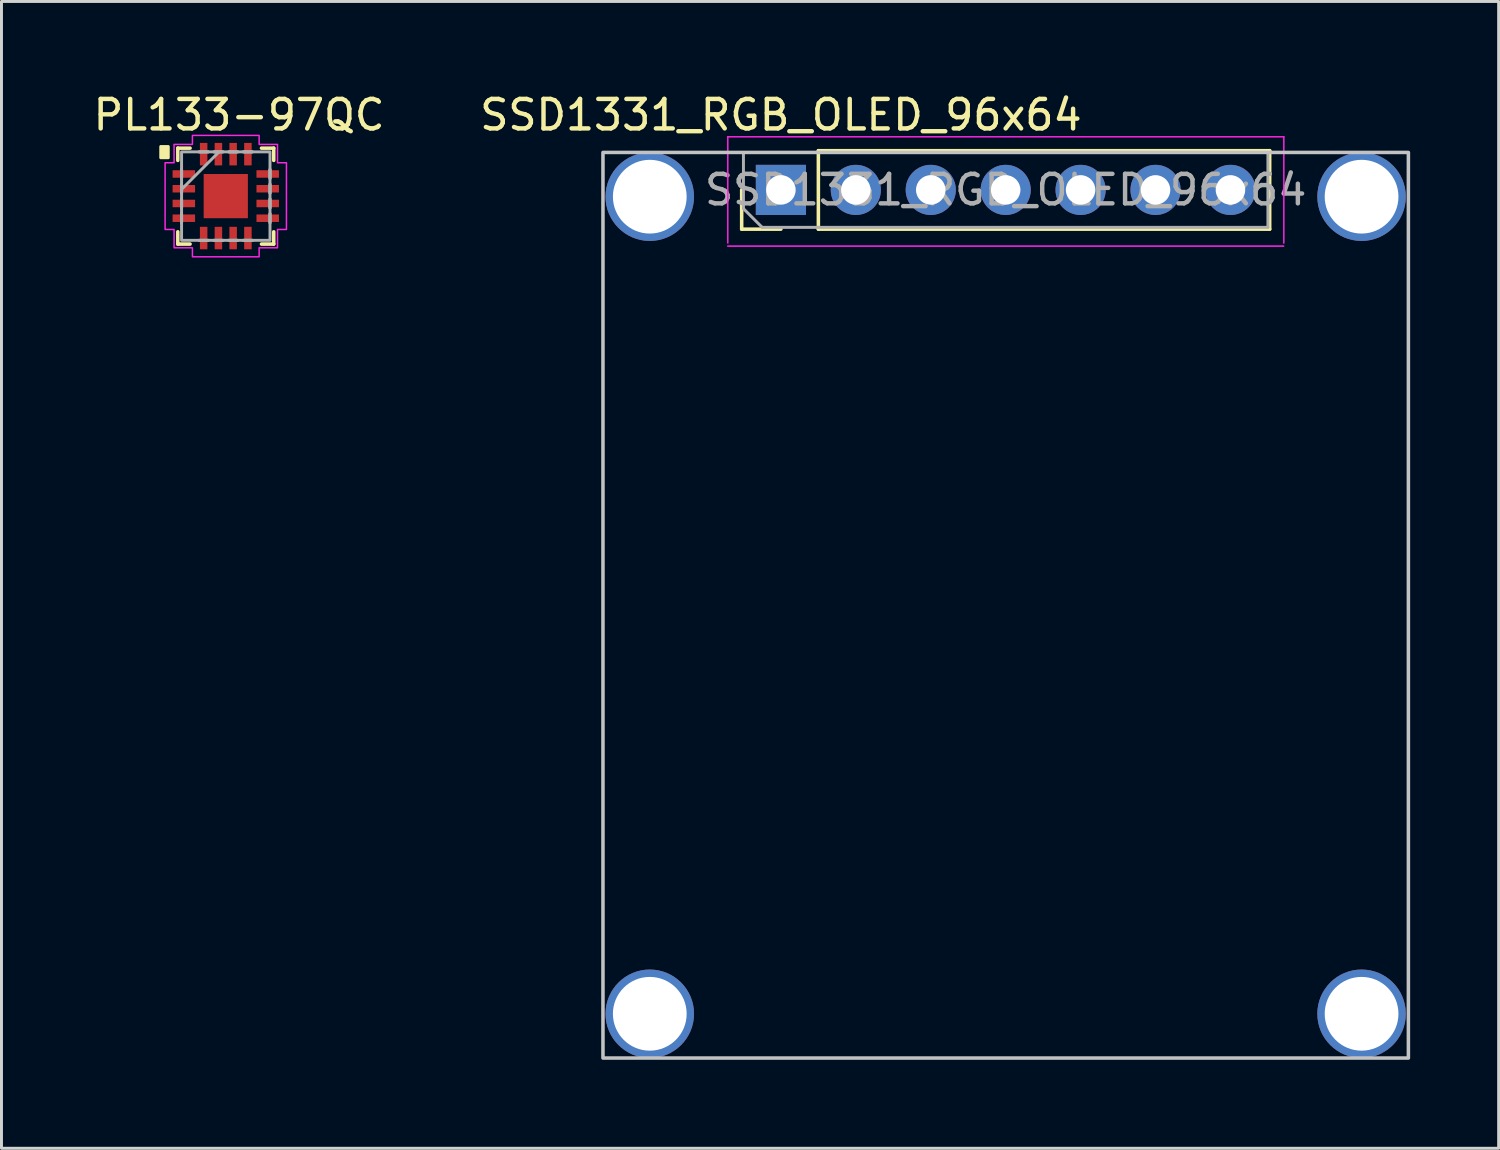
<source format=kicad_pcb>
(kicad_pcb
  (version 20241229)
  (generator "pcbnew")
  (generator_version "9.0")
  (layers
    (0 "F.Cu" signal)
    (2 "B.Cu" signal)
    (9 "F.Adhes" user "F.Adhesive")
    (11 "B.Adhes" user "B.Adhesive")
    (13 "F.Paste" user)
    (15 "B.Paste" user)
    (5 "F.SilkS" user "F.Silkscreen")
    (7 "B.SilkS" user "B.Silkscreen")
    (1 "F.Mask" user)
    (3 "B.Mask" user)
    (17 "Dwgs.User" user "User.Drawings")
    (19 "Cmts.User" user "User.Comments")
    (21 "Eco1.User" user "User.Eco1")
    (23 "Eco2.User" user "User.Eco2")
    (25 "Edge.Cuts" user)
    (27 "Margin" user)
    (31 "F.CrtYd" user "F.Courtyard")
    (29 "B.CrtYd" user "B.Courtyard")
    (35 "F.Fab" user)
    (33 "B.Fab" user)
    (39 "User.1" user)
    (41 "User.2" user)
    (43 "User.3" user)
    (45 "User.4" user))
  (footprint "PL133-97QC"
    (layer "F.Cu")
    (at 4.604 3.598)
    (property "Reference" "PL133-97QC" (at 0.45 -2.75 0) (layer "F.SilkS") (effects (font (size 1 1) (thickness 0.15))))
    (attr through_hole)
    (fp_line (start -1.626 -1.626) (end -1.626 -1.21) (stroke (width 0.12) (type solid)) (layer "F.SilkS"))
    (fp_line (start -1.626 1.21) (end -1.626 1.626) (stroke (width 0.12) (type solid)) (layer "F.SilkS"))
    (fp_line (start -1.626 1.626) (end -1.21 1.626) (stroke (width 0.12) (type solid)) (layer "F.SilkS"))
    (fp_line (start -1.21 -1.626) (end -1.626 -1.626) (stroke (width 0.12) (type solid)) (layer "F.SilkS"))
    (fp_line (start 1.21 1.626) (end 1.626 1.626) (stroke (width 0.12) (type solid)) (layer "F.SilkS"))
    (fp_line (start 1.626 -1.626) (end 1.21 -1.626) (stroke (width 0.12) (type solid)) (layer "F.SilkS"))
    (fp_line (start 1.626 -1.21) (end 1.626 -1.626) (stroke (width 0.12) (type solid)) (layer "F.SilkS"))
    (fp_line (start 1.626 1.626) (end 1.626 1.21) (stroke (width 0.12) (type solid)) (layer "F.SilkS"))
    (fp_poly (pts (xy -1.95 -1.681) (xy -1.95 -1.3) (xy -2.204 -1.3) (xy -2.204 -1.681)) (stroke (width 0.1) (type solid)) (fill yes) (layer "F.SilkS"))
    (fp_poly (pts (xy 1.131 -1.753) (xy 1.753 -1.753) (xy 1.753 -1.131) (xy 2.057 -1.131) (xy 2.057 1.131) (xy 1.753 1.131) (xy 1.753 1.753) (xy 1.131 1.753) (xy 1.131 2.057) (xy -1.131 2.057) (xy -1.131 1.753) (xy -1.753 1.753) (xy -1.753 1.131) (xy -2.057 1.131) (xy -2.057 -1.131) (xy -1.753 -1.131) (xy -1.753 -1.753) (xy -1.131 -1.753) (xy -1.131 -2.057) (xy 1.131 -2.057)) (stroke (width 0.05) (type solid)) (fill no) (layer "F.CrtYd"))
    (fp_line (start -1.499 -0.902) (end -1.499 -0.598) (stroke (width 0.1) (type solid)) (layer "F.Fab"))
    (fp_line (start -1.499 -0.598) (end -1.499 -0.902) (stroke (width 0.1) (type solid)) (layer "F.Fab"))
    (fp_line (start -1.499 -0.402) (end -1.499 -0.098) (stroke (width 0.1) (type solid)) (layer "F.Fab"))
    (fp_line (start -1.499 -0.229) (end -0.229 -1.499) (stroke (width 0.1) (type solid)) (layer "F.Fab"))
    (fp_line (start -1.499 -0.098) (end -1.499 -0.402) (stroke (width 0.1) (type solid)) (layer "F.Fab"))
    (fp_line (start -1.499 0.098) (end -1.499 0.402) (stroke (width 0.1) (type solid)) (layer "F.Fab"))
    (fp_line (start -1.499 0.402) (end -1.499 0.098) (stroke (width 0.1) (type solid)) (layer "F.Fab"))
    (fp_line (start -1.499 0.598) (end -1.499 0.902) (stroke (width 0.1) (type solid)) (layer "F.Fab"))
    (fp_line (start -1.499 0.902) (end -1.499 0.598) (stroke (width 0.1) (type solid)) (layer "F.Fab"))
    (fp_line (start -0.902 -1.499) (end -0.598 -1.499) (stroke (width 0.1) (type solid)) (layer "F.Fab"))
    (fp_line (start -0.902 1.499) (end -0.598 1.499) (stroke (width 0.1) (type solid)) (layer "F.Fab"))
    (fp_line (start -0.598 -1.499) (end -0.902 -1.499) (stroke (width 0.1) (type solid)) (layer "F.Fab"))
    (fp_line (start -0.598 1.499) (end -0.902 1.499) (stroke (width 0.1) (type solid)) (layer "F.Fab"))
    (fp_line (start -0.402 -1.499) (end -0.098 -1.499) (stroke (width 0.1) (type solid)) (layer "F.Fab"))
    (fp_line (start -0.402 1.499) (end -0.098 1.499) (stroke (width 0.1) (type solid)) (layer "F.Fab"))
    (fp_line (start -0.098 -1.499) (end -0.402 -1.499) (stroke (width 0.1) (type solid)) (layer "F.Fab"))
    (fp_line (start -0.098 1.499) (end -0.402 1.499) (stroke (width 0.1) (type solid)) (layer "F.Fab"))
    (fp_line (start 0.098 -1.499) (end 0.402 -1.499) (stroke (width 0.1) (type solid)) (layer "F.Fab"))
    (fp_line (start 0.098 1.499) (end 0.402 1.499) (stroke (width 0.1) (type solid)) (layer "F.Fab"))
    (fp_line (start 0.402 -1.499) (end 0.098 -1.499) (stroke (width 0.1) (type solid)) (layer "F.Fab"))
    (fp_line (start 0.402 1.499) (end 0.098 1.499) (stroke (width 0.1) (type solid)) (layer "F.Fab"))
    (fp_line (start 0.598 -1.499) (end 0.902 -1.499) (stroke (width 0.1) (type solid)) (layer "F.Fab"))
    (fp_line (start 0.598 1.499) (end 0.902 1.499) (stroke (width 0.1) (type solid)) (layer "F.Fab"))
    (fp_line (start 0.902 -1.499) (end 0.598 -1.499) (stroke (width 0.1) (type solid)) (layer "F.Fab"))
    (fp_line (start 0.902 1.499) (end 0.598 1.499) (stroke (width 0.1) (type solid)) (layer "F.Fab"))
    (fp_line (start 1.499 -0.902) (end 1.499 -0.598) (stroke (width 0.1) (type solid)) (layer "F.Fab"))
    (fp_line (start 1.499 -0.598) (end 1.499 -0.902) (stroke (width 0.1) (type solid)) (layer "F.Fab"))
    (fp_line (start 1.499 -0.402) (end 1.499 -0.098) (stroke (width 0.1) (type solid)) (layer "F.Fab"))
    (fp_line (start 1.499 -0.098) (end 1.499 -0.402) (stroke (width 0.1) (type solid)) (layer "F.Fab"))
    (fp_line (start 1.499 0.098) (end 1.499 0.402) (stroke (width 0.1) (type solid)) (layer "F.Fab"))
    (fp_line (start 1.499 0.402) (end 1.499 0.098) (stroke (width 0.1) (type solid)) (layer "F.Fab"))
    (fp_line (start 1.499 0.598) (end 1.499 0.902) (stroke (width 0.1) (type solid)) (layer "F.Fab"))
    (fp_line (start 1.499 0.902) (end 1.499 0.598) (stroke (width 0.1) (type solid)) (layer "F.Fab"))
    (fp_rect (start -1.499 -1.499) (end 1.499 1.499) (stroke (width 0.1) (type solid)) (fill no) (layer "F.Fab"))
    (pad "1" smd rect (at -1.422 -0.75 90) (size 0.254 0.762) (layers "F.Cu" "F.Mask" "F.Paste"))
    (pad "2" smd rect (at -1.422 -0.25 90) (size 0.254 0.762) (layers "F.Cu" "F.Mask" "F.Paste"))
    (pad "3" smd rect (at -1.422 0.25 90) (size 0.254 0.762) (layers "F.Cu" "F.Mask" "F.Paste"))
    (pad "4" smd rect (at -1.422 0.75 90) (size 0.254 0.762) (layers "F.Cu" "F.Mask" "F.Paste"))
    (pad "5" smd rect (at -0.75 1.422) (size 0.254 0.762) (layers "F.Cu" "F.Mask" "F.Paste"))
    (pad "6" smd rect (at -0.25 1.422) (size 0.254 0.762) (layers "F.Cu" "F.Mask" "F.Paste"))
    (pad "7" smd rect (at 0.25 1.422) (size 0.254 0.762) (layers "F.Cu" "F.Mask" "F.Paste"))
    (pad "8" smd rect (at 0.75 1.422) (size 0.254 0.762) (layers "F.Cu" "F.Mask" "F.Paste"))
    (pad "9" smd rect (at 1.422 0.75 90) (size 0.254 0.762) (layers "F.Cu" "F.Mask" "F.Paste"))
    (pad "10" smd rect (at 1.422 0.25 90) (size 0.254 0.762) (layers "F.Cu" "F.Mask" "F.Paste"))
    (pad "11" smd rect (at 1.422 -0.25 90) (size 0.254 0.762) (layers "F.Cu" "F.Mask" "F.Paste"))
    (pad "12" smd rect (at 1.422 -0.75 90) (size 0.254 0.762) (layers "F.Cu" "F.Mask" "F.Paste"))
    (pad "13" smd rect (at 0.75 -1.422) (size 0.254 0.762) (layers "F.Cu" "F.Mask" "F.Paste"))
    (pad "14" smd rect (at 0.25 -1.422) (size 0.254 0.762) (layers "F.Cu" "F.Mask" "F.Paste"))
    (pad "15" smd rect (at -0.25 -1.422) (size 0.254 0.762) (layers "F.Cu" "F.Mask" "F.Paste"))
    (pad "16" smd rect (at -0.75 -1.422) (size 0.254 0.762) (layers "F.Cu" "F.Mask" "F.Paste"))
    (pad "17" smd rect (at 0 0) (size 1.499 1.499) (layers "F.Cu" "F.Mask" "F.Paste")))
  (footprint "SSD1331_RGB_OLED_96x64"
    (layer "F.Cu")
    (at 31.043 3.388)
    (property "Reference" "SSD1331_RGB_OLED_96x64" (at -7.62 -2.54 180) (layer "F.SilkS") (effects (font (size 1 1) (thickness 0.15))))
    (attr through_hole)
    (fp_line (start -8.95 1.33) (end -8.95 0) (stroke (width 0.12) (type solid)) (layer "F.SilkS"))
    (fp_line (start -7.62 1.33) (end -8.95 1.33) (stroke (width 0.12) (type solid)) (layer "F.SilkS"))
    (fp_line (start -6.35 -1.33) (end 8.95 -1.33) (stroke (width 0.12) (type solid)) (layer "F.SilkS"))
    (fp_line (start -6.35 1.33) (end -6.35 -1.33) (stroke (width 0.12) (type solid)) (layer "F.SilkS"))
    (fp_line (start -6.35 1.33) (end 8.95 1.33) (stroke (width 0.12) (type solid)) (layer "F.SilkS"))
    (fp_line (start 8.95 1.33) (end 8.95 -1.33) (stroke (width 0.12) (type solid)) (layer "F.SilkS"))
    (fp_rect (start -13.652 -1.27) (end 13.652 29.43) (stroke (width 0.12) (type solid)) (fill no) (layer "Dwgs.User"))
    (fp_line (start -9.425 1.905) (end 9.425 1.905) (stroke (width 0.05) (type solid)) (layer "F.CrtYd"))
    (fp_line (start -9.42 -1.8) (end -9.42 1.8) (stroke (width 0.05) (type solid)) (layer "F.CrtYd"))
    (fp_line (start 9.43 -1.8) (end -9.42 -1.8) (stroke (width 0.05) (type solid)) (layer "F.CrtYd"))
    (fp_line (start 9.43 1.8) (end 9.43 -1.8) (stroke (width 0.05) (type solid)) (layer "F.CrtYd"))
    (fp_line (start -8.89 -1.27) (end 8.89 -1.27) (stroke (width 0.1) (type solid)) (layer "F.Fab"))
    (fp_line (start -8.89 0.635) (end -8.89 -1.27) (stroke (width 0.1) (type solid)) (layer "F.Fab"))
    (fp_line (start -8.255 1.27) (end -8.89 0.635) (stroke (width 0.1) (type solid)) (layer "F.Fab"))
    (fp_line (start 8.89 -1.27) (end 8.89 1.27) (stroke (width 0.1) (type solid)) (layer "F.Fab"))
    (fp_line (start 8.89 1.27) (end -8.255 1.27) (stroke (width 0.1) (type solid)) (layer "F.Fab"))
    (fp_text user "${REFERENCE}" (at 0 0 180) (layer "F.Fab") (effects (font (size 1 1) (thickness 0.15))))
    (pad "1" thru_hole rect (at -7.62 0 90) (size 1.7 1.7) (drill 1) (layers "*.Cu" "*.Mask"))
    (pad "2" thru_hole oval (at -5.08 0 90) (size 1.7 1.7) (drill 1) (layers "*.Cu" "*.Mask"))
    (pad "3" thru_hole oval (at -2.54 0 90) (size 1.7 1.7) (drill 1) (layers "*.Cu" "*.Mask"))
    (pad "4" thru_hole oval (at 0 0 90) (size 1.7 1.7) (drill 1) (layers "*.Cu" "*.Mask"))
    (pad "5" thru_hole oval (at 2.54 0 90) (size 1.7 1.7) (drill 1) (layers "*.Cu" "*.Mask"))
    (pad "6" thru_hole oval (at 5.08 0 90) (size 1.7 1.7) (drill 1) (layers "*.Cu" "*.Mask"))
    (pad "7" thru_hole oval (at 7.62 0 90) (size 1.7 1.7) (drill 1) (layers "*.Cu" "*.Mask"))
    (pad "8" thru_hole circle (at -12.065 0.23) (size 3 3) (drill 2.5) (layers "*.Cu" "*.Mask"))
    (pad "8" thru_hole circle (at -12.065 27.93) (size 3 3) (drill 2.5) (layers "*.Cu" "*.Mask"))
    (pad "8" thru_hole circle (at 12.065 0.23) (size 3 3) (drill 2.5) (layers "*.Cu" "*.Mask"))
    (pad "8" thru_hole circle (at 12.065 27.93) (size 3 3) (drill 2.5) (layers "*.Cu" "*.Mask")))
  (gr_rect
    (start -3 -3)
    (end 47.755 35.878)
    (stroke (width 0.1) (type default))
    (fill no)
    (layer "Edge.Cuts")))
</source>
